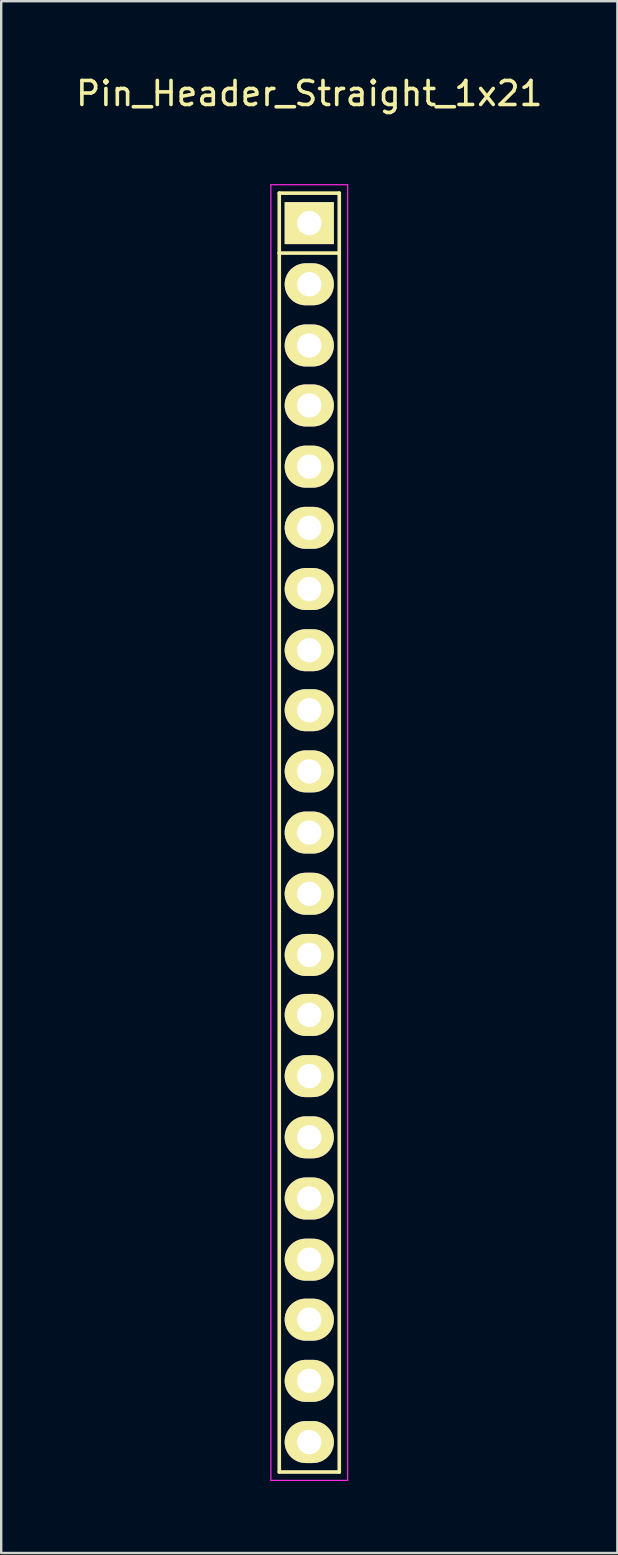
<source format=kicad_pcb>
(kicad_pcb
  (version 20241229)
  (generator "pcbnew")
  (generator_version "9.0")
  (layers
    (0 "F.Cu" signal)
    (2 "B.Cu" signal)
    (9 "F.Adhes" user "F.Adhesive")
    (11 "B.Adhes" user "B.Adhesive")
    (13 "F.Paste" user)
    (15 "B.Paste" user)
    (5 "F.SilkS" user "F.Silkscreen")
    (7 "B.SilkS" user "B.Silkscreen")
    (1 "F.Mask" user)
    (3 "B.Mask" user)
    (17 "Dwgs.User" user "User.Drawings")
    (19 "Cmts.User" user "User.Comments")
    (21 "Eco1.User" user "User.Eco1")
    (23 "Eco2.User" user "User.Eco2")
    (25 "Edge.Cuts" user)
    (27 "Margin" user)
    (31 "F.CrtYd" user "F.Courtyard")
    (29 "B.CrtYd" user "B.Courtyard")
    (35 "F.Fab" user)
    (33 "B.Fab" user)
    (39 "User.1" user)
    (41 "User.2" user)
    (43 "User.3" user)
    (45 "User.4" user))
  (footprint "Pin_Header_Straight_1x21"
    (layer "F.Cu")
    (at 9.839 6.248)
    (property "Reference" "Pin_Header_Straight_1x21" (at 0 -5.4 0) (layer "F.SilkS") (effects (font (size 1 1) (thickness 0.15))))
    (attr through_hole)
    (fp_line (start -1.25 -1.25) (end -1.25 1.25) (stroke (width 0.15) (type solid)) (layer "F.SilkS"))
    (fp_line (start -1.25 52.05) (end -1.25 1.25) (stroke (width 0.15) (type solid)) (layer "F.SilkS"))
    (fp_line (start 1.25 -1.25) (end -1.25 -1.25) (stroke (width 0.15) (type solid)) (layer "F.SilkS"))
    (fp_line (start 1.25 -1.25) (end 1.25 1.25) (stroke (width 0.15) (type solid)) (layer "F.SilkS"))
    (fp_line (start 1.25 1.25) (end -1.25 1.25) (stroke (width 0.15) (type solid)) (layer "F.SilkS"))
    (fp_line (start 1.25 1.25) (end 1.25 52.05) (stroke (width 0.15) (type solid)) (layer "F.SilkS"))
    (fp_line (start 1.25 52.05) (end -1.25 52.05) (stroke (width 0.15) (type solid)) (layer "F.SilkS"))
    (fp_line (start -1.6 -1.6) (end -1.6 52.4) (stroke (width 0.05) (type solid)) (layer "F.CrtYd"))
    (fp_line (start -1.6 -1.6) (end 1.6 -1.6) (stroke (width 0.05) (type solid)) (layer "F.CrtYd"))
    (fp_line (start -1.6 52.4) (end 1.6 52.4) (stroke (width 0.05) (type solid)) (layer "F.CrtYd"))
    (fp_line (start 1.6 -1.6) (end 1.6 52.4) (stroke (width 0.05) (type solid)) (layer "F.CrtYd"))
    (pad "1" thru_hole rect (at 0 0) (size 2.05 1.75) (drill 1.016) (layers "*.Cu" "*.Mask" "F.SilkS"))
    (pad "2" thru_hole oval (at 0 2.55) (size 2.05 1.75) (drill 1.016) (layers "*.Cu" "*.Mask" "F.SilkS"))
    (pad "3" thru_hole oval (at 0 5.1) (size 2.05 1.75) (drill 1.016) (layers "*.Cu" "*.Mask" "F.SilkS"))
    (pad "4" thru_hole oval (at 0 7.6) (size 2.05 1.75) (drill 1.016) (layers "*.Cu" "*.Mask" "F.SilkS"))
    (pad "5" thru_hole oval (at 0 10.15) (size 2.05 1.75) (drill 1.016) (layers "*.Cu" "*.Mask" "F.SilkS"))
    (pad "6" thru_hole oval (at 0 12.7) (size 2.05 1.75) (drill 1.016) (layers "*.Cu" "*.Mask" "F.SilkS"))
    (pad "7" thru_hole oval (at 0 15.25) (size 2.05 1.75) (drill 1.016) (layers "*.Cu" "*.Mask" "F.SilkS"))
    (pad "8" thru_hole oval (at 0 17.8) (size 2.05 1.75) (drill 1.016) (layers "*.Cu" "*.Mask" "F.SilkS"))
    (pad "9" thru_hole oval (at 0 20.3) (size 2.05 1.75) (drill 1.016) (layers "*.Cu" "*.Mask" "F.SilkS"))
    (pad "10" thru_hole oval (at 0 22.85) (size 2.05 1.75) (drill 1.016) (layers "*.Cu" "*.Mask" "F.SilkS"))
    (pad "11" thru_hole oval (at 0 25.4) (size 2.05 1.75) (drill 1.016) (layers "*.Cu" "*.Mask" "F.SilkS"))
    (pad "12" thru_hole oval (at 0 27.95) (size 2.05 1.75) (drill 1.016) (layers "*.Cu" "*.Mask" "F.SilkS"))
    (pad "13" thru_hole oval (at 0 30.5) (size 2.05 1.75) (drill 1.016) (layers "*.Cu" "*.Mask" "F.SilkS"))
    (pad "14" thru_hole oval (at 0 33) (size 2.05 1.75) (drill 1.016) (layers "*.Cu" "*.Mask" "F.SilkS"))
    (pad "15" thru_hole oval (at 0 35.55) (size 2.05 1.75) (drill 1.016) (layers "*.Cu" "*.Mask" "F.SilkS"))
    (pad "16" thru_hole oval (at 0 38.1) (size 2.05 1.75) (drill 1.016) (layers "*.Cu" "*.Mask" "F.SilkS"))
    (pad "17" thru_hole oval (at 0 40.65) (size 2.05 1.75) (drill 1.016) (layers "*.Cu" "*.Mask" "F.SilkS"))
    (pad "18" thru_hole oval (at 0 43.2) (size 2.05 1.75) (drill 1.016) (layers "*.Cu" "*.Mask" "F.SilkS"))
    (pad "19" thru_hole oval (at 0 45.7) (size 2.05 1.75) (drill 1.016) (layers "*.Cu" "*.Mask" "F.SilkS"))
    (pad "20" thru_hole oval (at 0 48.25) (size 2.05 1.75) (drill 1.016) (layers "*.Cu" "*.Mask" "F.SilkS"))
    (pad "21" thru_hole oval (at 0 50.8) (size 2.05 1.75) (drill 1.016) (layers "*.Cu" "*.Mask" "F.SilkS")))
  (gr_rect
    (start -3 -3)
    (end 22.679 61.673)
    (stroke (width 0.1) (type default))
    (fill no)
    (layer "Edge.Cuts")))
</source>
